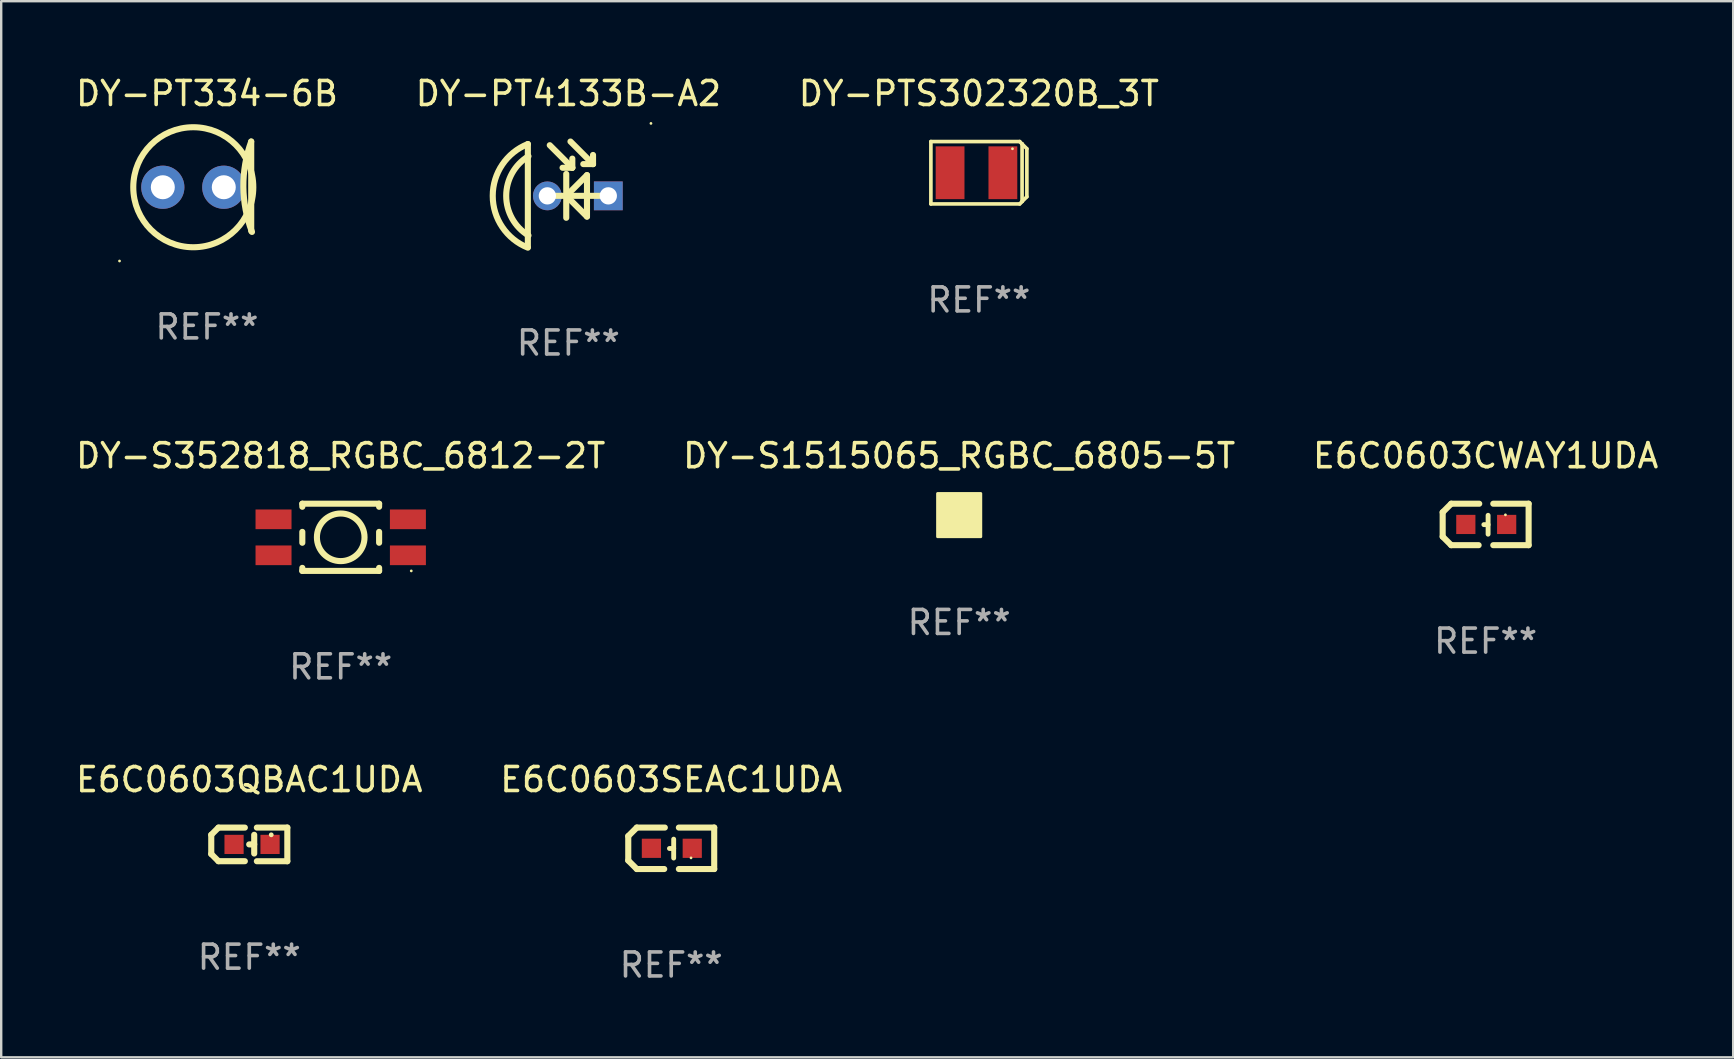
<source format=kicad_pcb>
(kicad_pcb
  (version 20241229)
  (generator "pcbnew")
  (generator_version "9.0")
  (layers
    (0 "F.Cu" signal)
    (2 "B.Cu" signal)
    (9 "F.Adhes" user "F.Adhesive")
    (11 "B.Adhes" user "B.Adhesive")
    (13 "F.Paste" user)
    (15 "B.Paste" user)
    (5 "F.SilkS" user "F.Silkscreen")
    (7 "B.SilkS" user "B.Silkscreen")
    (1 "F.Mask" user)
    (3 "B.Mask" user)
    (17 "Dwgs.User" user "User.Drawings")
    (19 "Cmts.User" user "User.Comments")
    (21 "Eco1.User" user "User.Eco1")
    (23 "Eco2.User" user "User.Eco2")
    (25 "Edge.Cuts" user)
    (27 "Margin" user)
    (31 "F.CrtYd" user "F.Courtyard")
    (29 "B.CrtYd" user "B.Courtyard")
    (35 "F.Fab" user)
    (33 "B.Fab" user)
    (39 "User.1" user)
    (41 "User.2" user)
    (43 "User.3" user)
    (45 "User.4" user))
  (footprint "DY-S1515065_RGBC_6805-5T"
    (layer "F.Cu")
    (at 36.923 18.417)
    (property "Reference" "DY-S1515065_RGBC_6805-5T" (at 0 -2.475 0) (layer "F.SilkS") (effects (font (size 1 1) (thickness 0.15))))
    (attr through_hole)
    (fp_circle (center 0.75 -0.75) (end 0.78 -0.75) (stroke (width 0.06) (type solid)) (fill no) (layer "F.SilkS"))
    (fp_poly (pts (xy -0.9 -0.9) (xy 0.9 -0.9) (xy 0.9 0.9) (xy -0.9 0.9)) (stroke (width 0.12) (type solid)) (fill yes) (layer "F.SilkS"))
    (fp_text user "REF**" (at 0 4.475 0) (layer "F.Fab") (effects (font (size 1 1) (thickness 0.15))))
    (pad "1" smd rect (at 0.475 -0.475 180) (size 0.55 0.55) (layers "F.Cu" "F.Mask" "F.Paste"))
    (pad "2" smd rect (at -0.475 -0.475 180) (size 0.55 0.55) (layers "F.Cu" "F.Mask" "F.Paste"))
    (pad "3" smd rect (at -0.475 0.475 180) (size 0.55 0.55) (layers "F.Cu" "F.Mask" "F.Paste"))
    (pad "4" smd rect (at 0.475 0.475 180) (size 0.55 0.55) (layers "F.Cu" "F.Mask" "F.Paste")))
  (footprint "E6C0603CWAY1UDA"
    (layer "F.Cu")
    (at 58.863 18.806)
    (property "Reference" "E6C0603CWAY1UDA" (at 0 -2.864 0) (layer "F.SilkS") (effects (font (size 1 1) (thickness 0.15))))
    (attr through_hole)
    (fp_line (start -1.791 -0.508) (end -1.435 -0.864) (stroke (width 0.254) (type solid)) (layer "F.SilkS"))
    (fp_line (start -1.791 0.508) (end -1.791 -0.508) (stroke (width 0.254) (type solid)) (layer "F.SilkS"))
    (fp_line (start -1.435 0.864) (end -1.791 0.508) (stroke (width 0.254) (type solid)) (layer "F.SilkS"))
    (fp_line (start -0.292 0.864) (end -1.435 0.864) (stroke (width 0.254) (type solid)) (layer "F.SilkS"))
    (fp_line (start -0.267 -0.864) (end -1.435 -0.864) (stroke (width 0.254) (type solid)) (layer "F.SilkS"))
    (fp_line (start 0.102 0.008) (end -0.074 0.008) (stroke (width 0.203) (type solid)) (layer "F.SilkS"))
    (fp_line (start 0.102 0.406) (end 0.102 -0.381) (stroke (width 0.203) (type solid)) (layer "F.SilkS"))
    (fp_line (start 1.791 -0.864) (end 0.318 -0.864) (stroke (width 0.254) (type solid)) (layer "F.SilkS"))
    (fp_line (start 1.791 0.864) (end 0.318 0.864) (stroke (width 0.254) (type solid)) (layer "F.SilkS"))
    (fp_line (start 1.791 0.864) (end 1.791 -0.864) (stroke (width 0.254) (type solid)) (layer "F.SilkS"))
    (fp_circle (center 0.825 -0.4) (end 0.855 -0.4) (stroke (width 0.06) (type solid)) (fill no) (layer "F.SilkS"))
    (fp_text user "REF**" (at 0 4.864 0) (layer "F.Fab") (effects (font (size 1 1) (thickness 0.15))))
    (pad "1" smd rect (at 0.876 0 90) (size 0.8 0.8) (layers "F.Cu" "F.Mask" "F.Paste"))
    (pad "2" smd rect (at -0.826 0 90) (size 0.8 0.8) (layers "F.Cu" "F.Mask" "F.Paste")))
  (footprint "E6C0603SEAC1UDA"
    (layer "F.Cu")
    (at 24.923 32.302)
    (property "Reference" "E6C0603SEAC1UDA" (at 0 -2.864 0) (layer "F.SilkS") (effects (font (size 1 1) (thickness 0.15))))
    (attr through_hole)
    (fp_line (start -1.791 -0.508) (end -1.435 -0.864) (stroke (width 0.254) (type solid)) (layer "F.SilkS"))
    (fp_line (start -1.791 0.508) (end -1.791 -0.508) (stroke (width 0.254) (type solid)) (layer "F.SilkS"))
    (fp_line (start -1.435 0.864) (end -1.791 0.508) (stroke (width 0.254) (type solid)) (layer "F.SilkS"))
    (fp_line (start -0.292 0.864) (end -1.435 0.864) (stroke (width 0.254) (type solid)) (layer "F.SilkS"))
    (fp_line (start -0.267 -0.864) (end -1.435 -0.864) (stroke (width 0.254) (type solid)) (layer "F.SilkS"))
    (fp_line (start 0.102 0.008) (end -0.074 0.008) (stroke (width 0.203) (type solid)) (layer "F.SilkS"))
    (fp_line (start 0.102 0.406) (end 0.102 -0.381) (stroke (width 0.203) (type solid)) (layer "F.SilkS"))
    (fp_line (start 1.791 -0.864) (end 0.318 -0.864) (stroke (width 0.254) (type solid)) (layer "F.SilkS"))
    (fp_line (start 1.791 0.864) (end 0.318 0.864) (stroke (width 0.254) (type solid)) (layer "F.SilkS"))
    (fp_line (start 1.791 0.864) (end 1.791 -0.864) (stroke (width 0.254) (type solid)) (layer "F.SilkS"))
    (fp_circle (center 0.825 0.4) (end 0.855 0.4) (stroke (width 0.06) (type solid)) (fill no) (layer "F.SilkS"))
    (fp_text user "REF**" (at 0 4.864 0) (layer "F.Fab") (effects (font (size 1 1) (thickness 0.15))))
    (pad "1" smd rect (at 0.876 0 90) (size 0.8 0.8) (layers "F.Cu" "F.Mask" "F.Paste"))
    (pad "2" smd rect (at -0.826 0 90) (size 0.8 0.8) (layers "F.Cu" "F.Mask" "F.Paste")))
  (footprint "E6C0603QBAC1UDA"
    (layer "F.Cu")
    (at 7.339 32.14)
    (property "Reference" "E6C0603QBAC1UDA" (at 0 -2.701 0) (layer "F.SilkS") (effects (font (size 1 1) (thickness 0.15))))
    (attr through_hole)
    (fp_line (start -1.585 -0.4) (end -1.585 0.4) (stroke (width 0.254) (type solid)) (layer "F.SilkS"))
    (fp_line (start -1.585 0.4) (end -1.285 0.7) (stroke (width 0.254) (type solid)) (layer "F.SilkS"))
    (fp_line (start -1.285 -0.7) (end -1.585 -0.4) (stroke (width 0.254) (type solid)) (layer "F.SilkS"))
    (fp_line (start -1.285 0.7) (end -0.185 0.7) (stroke (width 0.254) (type solid)) (layer "F.SilkS"))
    (fp_line (start -0.185 -0.7) (end -1.285 -0.7) (stroke (width 0.254) (type solid)) (layer "F.SilkS"))
    (fp_line (start 0.205 -0.4) (end 0.205 0.38) (stroke (width 0.254) (type solid)) (layer "F.SilkS"))
    (fp_line (start 0.205 -0.002) (end -0.004 -0.000127) (stroke (width 0.254) (type solid)) (layer "F.SilkS"))
    (fp_line (start 0.315 -0.701) (end 1.585 -0.701) (stroke (width 0.254) (type solid)) (layer "F.SilkS"))
    (fp_line (start 1.585 -0.701) (end 1.585 0.701) (stroke (width 0.254) (type solid)) (layer "F.SilkS"))
    (fp_line (start 1.585 0.701) (end 0.315 0.701) (stroke (width 0.254) (type solid)) (layer "F.SilkS"))
    (fp_circle (center 0.915 -0.4) (end 0.965 -0.4) (stroke (width 0.1) (type solid)) (fill no) (layer "F.SilkS"))
    (fp_text user "REF**" (at 0 4.701 0) (layer "F.Fab") (effects (font (size 1 1) (thickness 0.15))))
    (pad "1" smd rect (at 0.865 0.000025) (size 0.8 0.8) (layers "F.Cu" "F.Mask" "F.Paste"))
    (pad "2" smd rect (at -0.635 0.000025) (size 0.8 0.8) (layers "F.Cu" "F.Mask" "F.Paste")))
  (footprint "DY-PTS302320B_3T"
    (layer "F.Cu")
    (at 37.744 4.149)
    (property "Reference" "DY-PTS302320B_3T" (at 0 -3.3 0) (layer "F.SilkS") (effects (font (size 1 1) (thickness 0.15))))
    (attr through_hole)
    (fp_line (start -2 -1.3) (end -2 1.3) (stroke (width 0.152) (type solid)) (layer "F.SilkS"))
    (fp_line (start -2 1.3) (end 1.701 1.3) (stroke (width 0.152) (type solid)) (layer "F.SilkS"))
    (fp_line (start 1.701 -1.3) (end -2 -1.3) (stroke (width 0.152) (type solid)) (layer "F.SilkS"))
    (fp_line (start 1.701 1.3) (end 1.8 1.199) (stroke (width 0.152) (type solid)) (layer "F.SilkS"))
    (fp_line (start 1.8 -1.199) (end 1.701 -1.3) (stroke (width 0.152) (type solid)) (layer "F.SilkS"))
    (fp_line (start 1.8 -1.2) (end 1.8 -1.2) (stroke (width 0.152) (type solid)) (layer "F.SilkS"))
    (fp_line (start 1.8 -1.2) (end 1.8 1.2) (stroke (width 0.152) (type solid)) (layer "F.SilkS"))
    (fp_line (start 1.8 -1.2) (end 2 -1) (stroke (width 0.152) (type solid)) (layer "F.SilkS"))
    (fp_line (start 2 -1) (end 2 1) (stroke (width 0.152) (type solid)) (layer "F.SilkS"))
    (fp_line (start 2 1) (end 1.8 1.2) (stroke (width 0.152) (type solid)) (layer "F.SilkS"))
    (fp_circle (center 1.4 -1) (end 1.43 -1) (stroke (width 0.06) (type solid)) (fill no) (layer "F.SilkS"))
    (fp_text user "REF**" (at 0 5.3 0) (layer "F.Fab") (effects (font (size 1 1) (thickness 0.15))))
    (pad "1" smd rect (at 1 0) (size 1.2 2.2) (layers "F.Cu" "F.Mask" "F.Paste"))
    (pad "2" smd rect (at -1.2 0) (size 1.2 2.2) (layers "F.Cu" "F.Mask" "F.Paste")))
  (footprint "DY-PT4133B-A2"
    (layer "F.Cu")
    (at 20.637 5.047)
    (property "Reference" "DY-PT4133B-A2" (at 0 -4.199 0) (layer "F.SilkS") (effects (font (size 1 1) (thickness 0.15))))
    (attr through_hole)
    (fp_line (start -1.689 -2.094) (end -1.689 2.199) (stroke (width 0.254) (type solid)) (layer "F.SilkS"))
    (fp_line (start -0.776 -2.046) (end 0.164 -1.106) (stroke (width 0.254) (type solid)) (layer "F.SilkS"))
    (fp_line (start -0.089 -0.849) (end -0.089 0.979) (stroke (width 0.254) (type solid)) (layer "F.SilkS"))
    (fp_line (start -0.064 0.04) (end 0.775 -0.799) (stroke (width 0.254) (type solid)) (layer "F.SilkS"))
    (fp_line (start -0.064 0.09) (end -0.089 0.09) (stroke (width 0.254) (type solid)) (layer "F.SilkS"))
    (fp_line (start 0.087 -2.199) (end 1.027 -1.259) (stroke (width 0.254) (type solid)) (layer "F.SilkS"))
    (fp_line (start 0.164 -1.106) (end -0.243 -1.106) (stroke (width 0.254) (type solid)) (layer "F.SilkS"))
    (fp_line (start 0.164 -1.106) (end 0.164 -1.487) (stroke (width 0.254) (type solid)) (layer "F.SilkS"))
    (fp_line (start 0.775 -0.799) (end 0.775 0.929) (stroke (width 0.254) (type solid)) (layer "F.SilkS"))
    (fp_line (start 0.775 0.929) (end -0.064 0.09) (stroke (width 0.254) (type solid)) (layer "F.SilkS"))
    (fp_line (start 1.027 -1.259) (end 0.621 -1.259) (stroke (width 0.254) (type solid)) (layer "F.SilkS"))
    (fp_line (start 1.027 -1.259) (end 1.027 -1.64) (stroke (width 0.254) (type solid)) (layer "F.SilkS"))
    (fp_line (start 1.689 0.065) (end -0.876 0.065) (stroke (width 0.254) (type solid)) (layer "F.SilkS"))
    (fp_arc (start -1.689103 2.224028) (mid -3.152898 0.065024) (end -1.689104 -2.09398) (stroke (width 0.254001) (type solid)) (layer "F.SilkS"))
    (fp_arc (start -1.663703 1.716027) (mid -2.591496 0.065024) (end -1.663703 -1.585979) (stroke (width 0.254001) (type solid)) (layer "F.SilkS"))
    (fp_circle (center 3.441 -2.954) (end 3.471 -2.954) (stroke (width 0.06) (type solid)) (fill no) (layer "F.SilkS"))
    (fp_text user "REF**" (at 0 6.199 0) (layer "F.Fab") (effects (font (size 1 1) (thickness 0.15))))
    (pad "1" thru_hole rect (at 1.664 0.065) (size 1.2 1.2) (drill 0.72) (layers "*.Cu" "*.Mask"))
    (pad "2" thru_hole circle (at -0.876 0.065) (size 1.2 1.2) (drill 0.72) (layers "*.Cu" "*.Mask")))
  (footprint "DY-PT334-6B"
    (layer "F.Cu")
    (at 5.577 4.712)
    (property "Reference" "DY-PT334-6B" (at 0 -3.864 0) (layer "F.SilkS") (effects (font (size 1 1) (thickness 0.15))))
    (attr through_hole)
    (fp_line (start 1.842 -1.864) (end 1.842 1.864) (stroke (width 0.254) (type solid)) (layer "F.SilkS"))
    (fp_arc (start 1.87394 1.904026) (mid 1.515661 0.022871) (end 1.841504 -1.864173) (stroke (width 0.254001) (type solid)) (layer "F.SilkS"))
    (fp_circle (center -3.646 3.115) (end -3.616 3.115) (stroke (width 0.06) (type solid)) (fill no) (layer "F.SilkS"))
    (fp_circle (center -0.572 0.041) (end 1.929 0.041) (stroke (width 0.254) (type solid)) (fill no) (layer "F.SilkS"))
    (fp_text user "REF**" (at 0 5.864 0) (layer "F.Fab") (effects (font (size 1 1) (thickness 0.15))))
    (pad "1" thru_hole circle (at -1.842 0.041) (size 1.8 1.8) (drill 1) (layers "*.Cu" "*.Mask"))
    (pad "2" thru_hole circle (at 0.699 0.041) (size 1.8 1.8) (drill 1) (layers "*.Cu" "*.Mask")))
  (footprint "DY-S352818_RGBC_6812-2T"
    (layer "F.Cu")
    (at 11.149 19.342)
    (property "Reference" "DY-S352818_RGBC_6812-2T" (at 0 -3.4 0) (layer "F.SilkS") (effects (font (size 1 1) (thickness 0.15))))
    (attr through_hole)
    (fp_line (start -1.6 -1.4) (end -1.6 -1.273) (stroke (width 0.254) (type solid)) (layer "F.SilkS"))
    (fp_line (start -1.6 -1.4) (end 1.6 -1.4) (stroke (width 0.254) (type solid)) (layer "F.SilkS"))
    (fp_line (start -1.6 -0.227) (end -1.6 0.227) (stroke (width 0.254) (type solid)) (layer "F.SilkS"))
    (fp_line (start -1.6 1.273) (end -1.6 1.4) (stroke (width 0.254) (type solid)) (layer "F.SilkS"))
    (fp_line (start -1.6 1.4) (end 1.6 1.4) (stroke (width 0.254) (type solid)) (layer "F.SilkS"))
    (fp_line (start 1.6 -1.4) (end 1.6 -1.273) (stroke (width 0.254) (type solid)) (layer "F.SilkS"))
    (fp_line (start 1.6 -0.227) (end 1.6 0.227) (stroke (width 0.254) (type solid)) (layer "F.SilkS"))
    (fp_line (start 1.6 1.273) (end 1.6 1.4) (stroke (width 0.254) (type solid)) (layer "F.SilkS"))
    (fp_circle (center 0 0) (end 0.992 0) (stroke (width 0.254) (type solid)) (fill no) (layer "F.SilkS"))
    (fp_circle (center 2.94 1.4) (end 2.97 1.4) (stroke (width 0.06) (type solid)) (fill no) (layer "F.SilkS"))
    (fp_text user "REF**" (at 0 5.4 0) (layer "F.Fab") (effects (font (size 1 1) (thickness 0.15))))
    (pad "1" smd rect (at 2.8 0.75 90) (size 0.82 1.5) (layers "F.Cu" "F.Mask" "F.Paste"))
    (pad "2" smd rect (at 2.8 -0.75 90) (size 0.82 1.5) (layers "F.Cu" "F.Mask" "F.Paste"))
    (pad "3" smd rect (at -2.8 -0.75 90) (size 0.82 1.5) (layers "F.Cu" "F.Mask" "F.Paste"))
    (pad "4" smd rect (at -2.8 0.75 90) (size 0.82 1.5) (layers "F.Cu" "F.Mask" "F.Paste")))
  (gr_rect
    (start -3 -3)
    (end 69.179 41.014)
    (stroke (width 0.1) (type default))
    (fill no)
    (layer "Edge.Cuts")))
</source>
